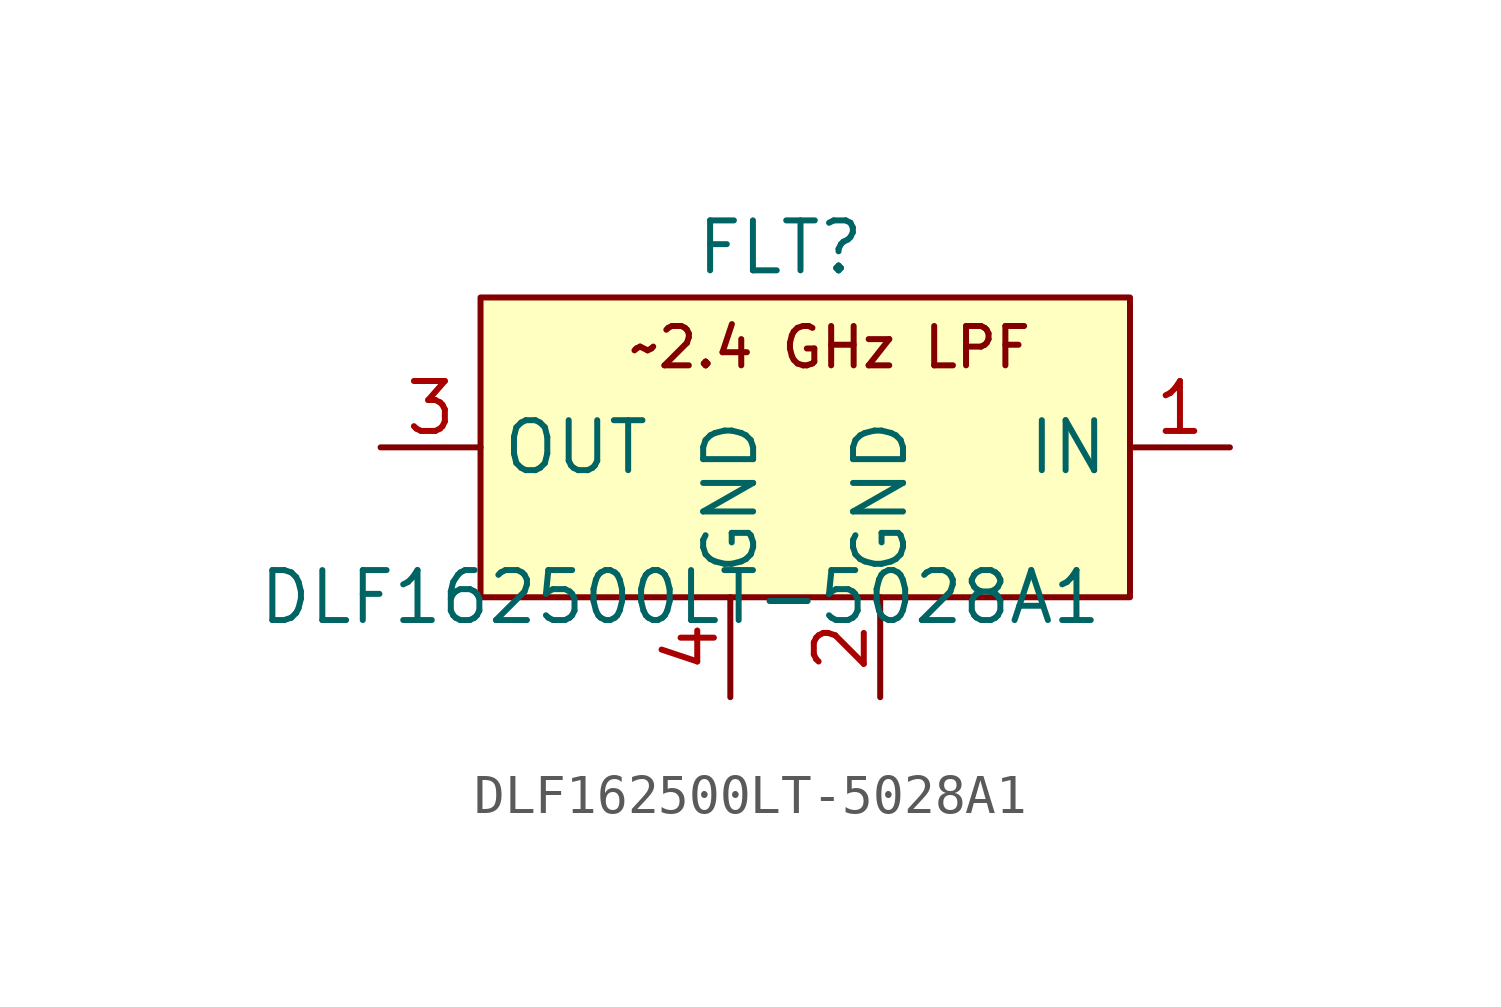
<source format=kicad_sym>
(kicad_symbol_lib
  (version 20220914)
  (generator kicad_symbol_editor)
  (symbol "DLF162500LT-5028A1"
    (property "Reference" "FLT"
      (at 2.54 8.89 0)
      (effects (font (size 1.27 1.27))))
    (property "Value" "DLF162500LT-5028A1"
      (at 0 0 0)
      (effects (font (size 1.27 1.27))))
    (symbol "DLF162500LT-5028A1_0_0"
      (pin passive line (at 13.97 3.81 180) (length 2.54) (name "IN" (effects (font (size 1.27 1.27)))) (number "1" (effects (font (size 1.27 1.27)))))
      (pin passive line (at 5.08 -2.54 90) (length 2.54) (name "GND" (effects (font (size 1.27 1.27)))) (number "2" (effects (font (size 1.27 1.27)))))
      (pin passive line (at -7.62 3.81 0) (length 2.54) (name "OUT" (effects (font (size 1.27 1.27)))) (number "3" (effects (font (size 1.27 1.27)))))
      (pin passive line (at 1.27 -2.54 90) (length 2.54) (name "GND" (effects (font (size 1.27 1.27)))) (number "4" (effects (font (size 1.27 1.27))))))
    (symbol "DLF162500LT-5028A1_1_1"
      (rectangle (start -5.08 7.62) (end 11.43 0) (stroke (width 0) (type default)) (fill (type background)))
      (text "~2.4 GHz LPF" (at 3.81 6.35 0) (effects (font (size 1 1)))))))
</source>
